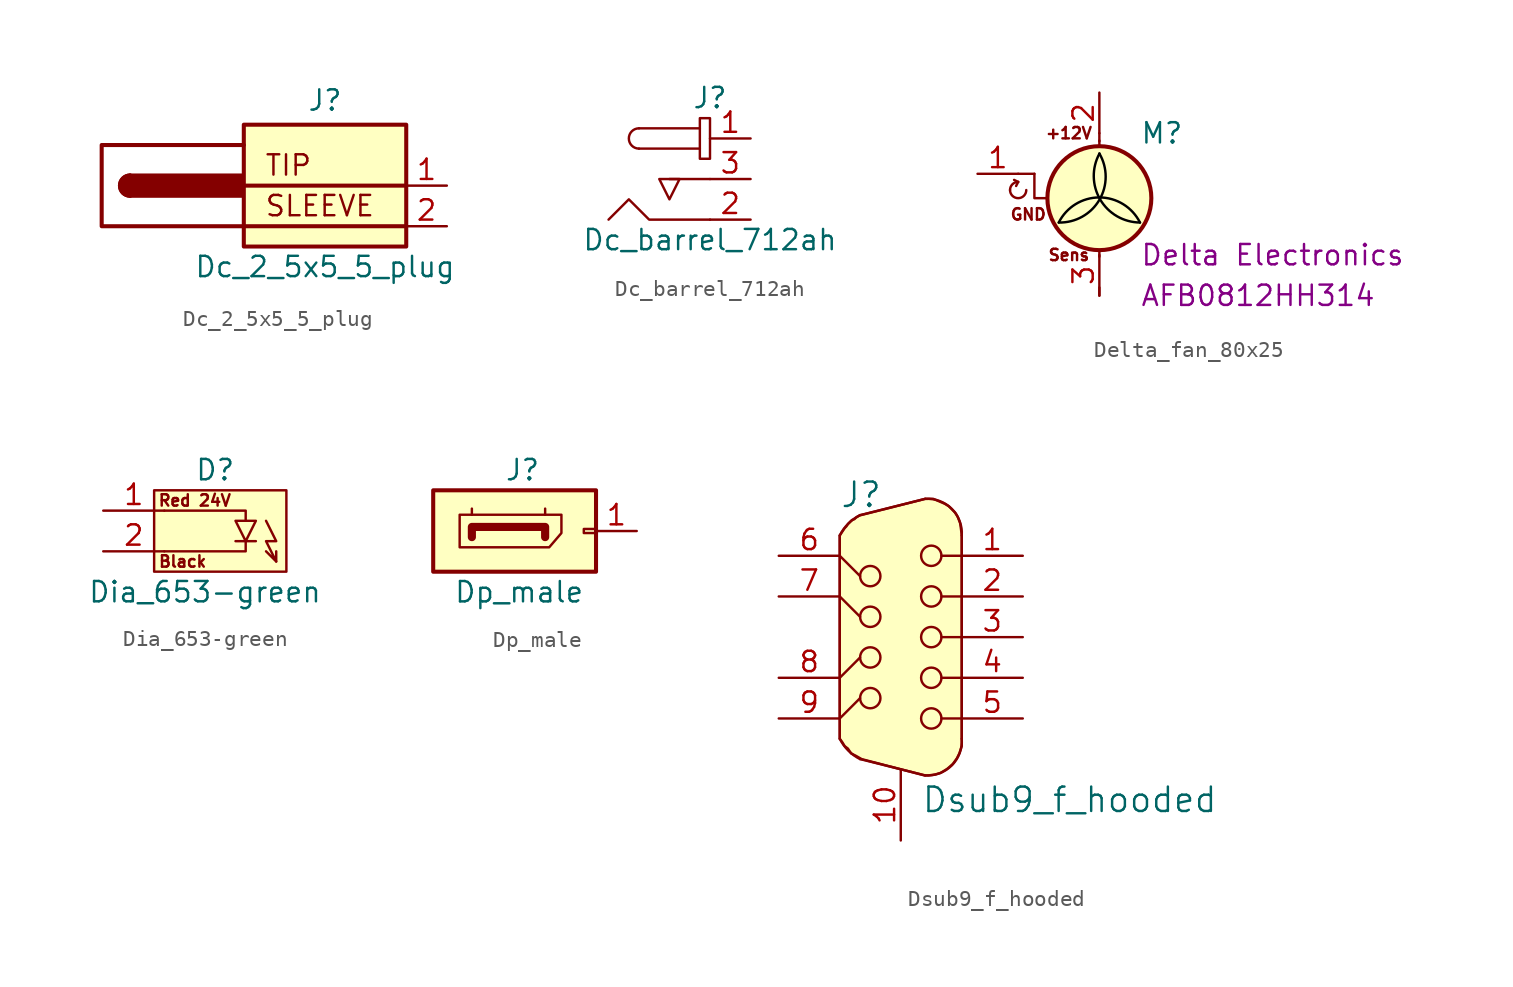
<source format=kicad_sym>
(kicad_symbol_lib
  (version 20220914)
  (generator kicad_symbol_editor)
  (symbol "Dc_2_5x5_5_plug"
    (pin_names
      (offset 1.016) hide)
    (property "Reference" "J"
      (at 0 5.334 0)
      (effects (font (size 1.27 1.27))))
    (property "Value" "Dc_2_5x5_5_plug"
      (at 0 -5.08 0)
      (effects (font (size 1.27 1.27))))
    (symbol "Dc_2_5x5_5_plug_0_0"
      (text "SLEEVE" (at -3.81 -1.27 0) (effects (font (size 1.27 1.27)) (justify left)))
      (text "TIP" (at -3.81 1.27 0) (effects (font (size 1.27 1.27)) (justify left))))
    (symbol "Dc_2_5x5_5_plug_0_1"
      (arc (start -12.192 0.635) (mid -12.8243 0) (end -12.192 -0.635) (stroke (width 0.254) (type default)) (fill (type none)))
      (arc (start -12.192 0.635) (mid -12.8243 0) (end -12.192 -0.635) (stroke (width 0.254) (type default)) (fill (type outline)))
      (rectangle (start -5.207 0.635) (end -12.192 -0.635) (stroke (width 0.254) (type default)) (fill (type outline)))
      (rectangle (start -5.08 3.81) (end 5.08 -3.81) (stroke (width 0.254) (type default)) (fill (type background)))
      (polyline (pts (xy 5.08 0) (xy -5.08 0)) (stroke (width 0.254) (type default)) (fill (type none)))
      (polyline (pts (xy 5.08 -2.54) (xy -5.08 -2.54) (xy -13.97 -2.54) (xy -13.97 2.54) (xy -5.08 2.54)) (stroke (width 0.254) (type default)) (fill (type none))))
    (symbol "Dc_2_5x5_5_plug_1_1"
      (pin passive line (at 7.62 0 180) (length 2.54) (name "Tip" (effects (font (size 1.27 1.27)))) (number "1" (effects (font (size 1.27 1.27)))))
      (pin passive line (at 7.62 -2.54 180) (length 2.54) (name "Sleeve" (effects (font (size 1.27 1.27)))) (number "2" (effects (font (size 1.27 1.27)))))))
  (symbol "Dc_barrel_712ah"
    (pin_names
      (offset 1.016) hide)
    (property "Reference" "J"
      (at 0 2.54 0)
      (effects (font (size 1.27 1.27))))
    (property "Value" "Dc_barrel_712ah"
      (at 0 -6.35 0)
      (effects (font (size 1.27 1.27))))
    (symbol "Dc_barrel_712ah_0_1"
      (arc (start -4.445 0.635) (mid -5.0773 0) (end -4.445 -0.635) (stroke (width 0) (type default)) (fill (type none)))
      (rectangle (start -0.635 1.27) (end 0 -1.27) (stroke (width 0) (type default)) (fill (type none)))
      (polyline (pts (xy -0.635 -0.635) (xy -4.445 -0.635)) (stroke (width 0) (type default)) (fill (type none)))
      (polyline (pts (xy -0.635 0.635) (xy -4.445 0.635)) (stroke (width 0) (type default)) (fill (type none)))
      (polyline (pts (xy 0 -2.54) (xy -1.27 -2.54) (xy -2.54 -2.54)) (stroke (width 0) (type default)) (fill (type none)))
      (polyline (pts (xy 0 -5.08) (xy -3.81 -5.08) (xy -5.08 -3.81) (xy -6.35 -5.08)) (stroke (width 0) (type default)) (fill (type none)))
      (polyline (pts (xy -2.54 -2.54) (xy -3.175 -2.54) (xy -2.54 -3.81) (xy -1.905 -2.54) (xy -2.54 -2.54)) (stroke (width 0) (type default)) (fill (type none))))
    (symbol "Dc_barrel_712ah_1_1"
      (pin passive line (at 2.54 0 180) (length 2.54) (name "Center" (effects (font (size 1.27 1.27)))) (number "1" (effects (font (size 1.27 1.27)))))
      (pin passive line (at 2.54 -5.08 180) (length 2.54) (name "Sleeve" (effects (font (size 1.27 1.27)))) (number "2" (effects (font (size 1.27 1.27)))))
      (pin passive line (at 2.54 -2.54 180) (length 2.54) (name "Shunt" (effects (font (size 1.27 1.27)))) (number "3" (effects (font (size 1.27 1.27)))))))
  (symbol "Delta_fan_80x25"
    (pin_names
      (offset 0) hide)
    (property "Reference" "M"
      (at 2.54 2.54 0)
      (effects (font (size 1.27 1.27)) (justify left)))
    (property "Vendor" "Delta Electronics"
      (at 2.54 -5.08 0)
      (effects (font (size 1.27 1.27)) (justify left)))
    (property "Vendor_pn" "AFB0812HH314"
      (at 2.54 -7.62 0)
      (effects (font (size 1.27 1.27)) (justify left)))
    (symbol "Delta_fan_80x25_0_0"
      (arc (start -5.588 -1.016) (mid -5.08 -1.5218) (end -4.572 -1.016) (stroke (width 0) (type default)) (fill (type none)))
      (arc (start -5.08 -0.508) (mid -5.4392 -0.6568) (end -5.588 -1.016) (stroke (width 0) (type default)) (fill (type none)))
      (polyline (pts (xy -5.08 -0.508) (xy -5.334 -0.381)) (stroke (width 0) (type default)) (fill (type none)))
      (polyline (pts (xy -5.08 -0.508) (xy -5.207 -0.762)) (stroke (width 0) (type default)) (fill (type none)))
      (polyline (pts (xy -4.064 0) (xy -4.064 -1.524) (xy -3.302 -1.524)) (stroke (width 0) (type default)) (fill (type none)))
      (text "GND" (at -4.445 -2.54 0) (effects (font (size 0.711 0.711)))))
    (symbol "Delta_fan_80x25_0_1"
      (arc (start -2.54 -3.048) (mid -0.0014 -1.6352) (end 0 1.27) (stroke (width 0) (type default) (color 0 0 0 1)) (fill (type none)))
      (circle (center 0 -1.524) (radius 3.251) (stroke (width 0.254) (type default)) (fill (type background)))
      (polyline (pts (xy -4.064 0) (xy -5.08 0)) (stroke (width 0) (type default)) (fill (type none)))
      (polyline (pts (xy 0 -7.62) (xy 0 -7.112)) (stroke (width 0) (type default)) (fill (type none)))
      (polyline (pts (xy 0 -4.775) (xy 0 -5.182)) (stroke (width 0) (type default)) (fill (type none)))
      (polyline (pts (xy 0 1.727) (xy 0 2.083)) (stroke (width 0) (type default)) (fill (type none)))
      (polyline (pts (xy 0 2.032) (xy 0 2.54)) (stroke (width 0) (type default)) (fill (type none)))
      (arc (start 0 1.27) (mid 0.0468 -1.6085) (end 2.54 -3.048) (stroke (width 0) (type default) (color 0 0 0 1)) (fill (type none)))
      (arc (start 2.54 -3.048) (mid 0 -1.4782) (end -2.54 -3.048) (stroke (width 0) (type default) (color 0 0 0 1)) (fill (type none))))
    (symbol "Delta_fan_80x25_1_1"
      (text "+12V" (at -1.905 2.54 0) (effects (font (size 0.711 0.711))))
      (text "Sens" (at -1.905 -5.08 0) (effects (font (size 0.711 0.711))))
      (pin passive line (at -7.62 0 0) (length 2.54) (name "Gnd" (effects (font (size 1.27 1.27)))) (number "1" (effects (font (size 1.27 1.27)))))
      (pin passive line (at 0 5.08 270) (length 2.54) (name "Pos" (effects (font (size 1.27 1.27)))) (number "2" (effects (font (size 1.27 1.27)))))
      (pin passive line (at 0 -7.62 90) (length 2.54) (name "Sensor" (effects (font (size 1.27 1.27)))) (number "3" (effects (font (size 1.27 1.27)))))))
  (symbol "Dia_653-green"
    (pin_names
      (offset 1.016) hide)
    (property "Reference" "D"
      (at 1.905 3.81 0)
      (effects (font (size 1.27 1.27))))
    (property "Value" "Dia_653-green"
      (at 1.27 -3.81 0)
      (effects (font (size 1.27 1.27))))
    (symbol "Dia_653-green_0_0"
      (text "Black" (at -0.127 -1.905 0) (effects (font (size 0.711 0.711))))
      (text "Red 24V" (at 0.635 1.905 0) (effects (font (size 0.711 0.711)))))
    (symbol "Dia_653-green_0_1"
      (rectangle (start -1.905 2.54) (end 6.35 -2.54) (stroke (width 0) (type default)) (fill (type background)))
      (polyline (pts (xy 3.175 -0.635) (xy 4.445 -0.635)) (stroke (width 0) (type default)) (fill (type none)))
      (polyline (pts (xy 5.715 -1.905) (xy 5.715 -1.27)) (stroke (width 0) (type default)) (fill (type none)))
      (polyline (pts (xy -1.27 1.27) (xy 3.81 1.27) (xy 3.81 0.635)) (stroke (width 0) (type default)) (fill (type none)))
      (polyline (pts (xy 3.81 -0.635) (xy 3.81 -1.27) (xy -1.27 -1.27)) (stroke (width 0) (type default)) (fill (type none)))
      (polyline (pts (xy 3.175 0.635) (xy 4.445 0.635) (xy 3.81 -0.635) (xy 3.175 0.635)) (stroke (width 0) (type default)) (fill (type none)))
      (polyline (pts (xy 5.08 0.635) (xy 5.715 -0.635) (xy 5.08 -0.635) (xy 5.715 -1.905) (xy 5.08 -1.27)) (stroke (width 0) (type default)) (fill (type none))))
    (symbol "Dia_653-green_1_1"
      (pin passive line (at -5.08 1.27 0) (length 3.81) (name "24V" (effects (font (size 1.27 1.27)))) (number "1" (effects (font (size 1.27 1.27)))))
      (pin passive line (at -5.08 -1.27 0) (length 3.81) (name "GND" (effects (font (size 1.27 1.27)))) (number "2" (effects (font (size 1.27 1.27)))))))
  (symbol "Dp_male"
    (pin_names
      (offset 1.016) hide)
    (property "Reference" "J"
      (at -5.715 3.81 0)
      (effects (font (size 1.27 1.27)) (justify left)))
    (property "Value" "Dp_male"
      (at -8.89 -3.81 0)
      (effects (font (size 1.27 1.27)) (justify left)))
    (symbol "Dp_male_0_0"
      (polyline (pts (xy -7.747 1.397) (xy -7.747 1.016)) (stroke (width 0) (type default)) (fill (type none)))
      (polyline (pts (xy -3.175 1.397) (xy -3.175 1.016)) (stroke (width 0) (type default)) (fill (type none)))
      (polyline (pts (xy -7.747 -0.381) (xy -7.747 0.254) (xy -3.175 0.254) (xy -3.175 -0.381)) (stroke (width 0.508) (type default)) (fill (type none)))
      (polyline (pts (xy -8.509 -1.016) (xy -8.509 1.016) (xy -2.159 1.016) (xy -2.159 -0.127) (xy -2.921 -1.016) (xy -8.509 -1.016)) (stroke (width 0) (type default)) (fill (type none))))
    (symbol "Dp_male_0_1"
      (rectangle (start -10.16 -2.54) (end 0 2.54) (stroke (width 0.254) (type default)) (fill (type background)))
      (rectangle (start 0 -0.127) (end -0.762 0.127) (stroke (width 0) (type default)) (fill (type none))))
    (symbol "Dp_male_1_1"
      (pin passive line (at 2.54 0 180) (length 2.54) (name "Pin_1" (effects (font (size 1.27 1.27)))) (number "1" (effects (font (size 1.27 1.27)))))))
  (symbol "Dsub9_f_hooded"
    (pin_names
      (offset 1.016) hide)
    (property "Reference" "J"
      (at -3.81 8.89 0)
      (effects (font (size 1.524 1.524)) (justify left)))
    (property "Value" "Dsub9_f_hooded"
      (at 1.27 -10.16 0)
      (effects (font (size 1.524 1.524)) (justify left)))
    (symbol "Dsub9_f_hooded_0_1"
      (circle (center -1.905 -3.81) (radius 0.635) (stroke (width 0) (type default)) (fill (type none)))
      (circle (center -1.905 -1.27) (radius 0.635) (stroke (width 0) (type default)) (fill (type none)))
      (circle (center -1.905 1.27) (radius 0.635) (stroke (width 0) (type default)) (fill (type none)))
      (circle (center -1.905 3.81) (radius 0.635) (stroke (width 0) (type default)) (fill (type none)))
      (polyline (pts (xy -3.81 -5.08) (xy -2.54 -3.81)) (stroke (width 0) (type default)) (fill (type none)))
      (polyline (pts (xy -3.81 -2.54) (xy -2.54 -1.27)) (stroke (width 0) (type default)) (fill (type none)))
      (polyline (pts (xy -3.81 2.54) (xy -2.54 1.27)) (stroke (width 0) (type default)) (fill (type none)))
      (polyline (pts (xy -3.81 5.08) (xy -2.54 3.81)) (stroke (width 0) (type default)) (fill (type none)))
      (polyline (pts (xy 3.81 -5.08) (xy 2.54 -5.08)) (stroke (width 0) (type default)) (fill (type none)))
      (polyline (pts (xy 3.81 -2.54) (xy 2.54 -2.54)) (stroke (width 0) (type default)) (fill (type none)))
      (polyline (pts (xy 3.81 0) (xy 2.54 0)) (stroke (width 0) (type default)) (fill (type none)))
      (polyline (pts (xy 3.81 2.54) (xy 2.54 2.54)) (stroke (width 0) (type default)) (fill (type none)))
      (polyline (pts (xy 3.81 5.08) (xy 2.54 5.08)) (stroke (width 0) (type default)) (fill (type none)))
      (circle (center 1.905 -5.08) (radius 0.635) (stroke (width 0) (type default)) (fill (type none)))
      (circle (center 1.905 -2.54) (radius 0.635) (stroke (width 0) (type default)) (fill (type none)))
      (circle (center 1.905 0) (radius 0.635) (stroke (width 0) (type default)) (fill (type none)))
      (circle (center 1.905 2.54) (radius 0.635) (stroke (width 0) (type default)) (fill (type none)))
      (circle (center 1.905 5.08) (radius 0.635) (stroke (width 0) (type default)) (fill (type none))))
    (symbol "Dsub9_f_hooded_1_1"
      (arc (start -3.81 -6.35) (mid -3.278 -7.088) (end -2.54 -7.62) (stroke (width 0) (type default)) (fill (type none)))
      (arc (start -2.54 7.62) (mid -3.278 7.088) (end -3.81 6.35) (stroke (width 0) (type default)) (fill (type none)))
      (polyline (pts (xy -3.81 6.35) (xy -3.81 -6.35)) (stroke (width 0) (type default)) (fill (type background)))
      (polyline (pts (xy -2.54 7.62) (xy 1.524 8.636)) (stroke (width 0) (type default)) (fill (type background)))
      (polyline (pts (xy 1.524 -8.636) (xy -2.54 -7.62)) (stroke (width 0) (type default)) (fill (type background)))
      (polyline (pts (xy 3.81 6.35) (xy 3.81 -6.35)) (stroke (width 0) (type default)) (fill (type background)))
      (polyline (pts (xy -2.54 7.62) (xy -2.794 7.468) (xy -2.896 7.366) (xy -3.048 7.315) (xy -3.2 7.163) (xy -3.302 7.061) (xy -3.404 6.909) (xy -3.505 6.807) (xy -3.607 6.655) (xy -3.708 6.502) (xy -3.81 6.35) (xy -3.81 -6.35) (xy -3.658 -6.553) (xy -3.505 -6.807) (xy -3.302 -6.96) (xy -3.099 -7.264) (xy -2.794 -7.417) (xy -2.438 -7.62) (xy 1.473 -8.636) (xy 1.727 -8.636) (xy 2.134 -8.585) (xy 2.489 -8.484) (xy 2.896 -8.23) (xy 3.251 -7.925) (xy 3.505 -7.569) (xy 3.658 -7.264) (xy 3.81 -6.807) (xy 3.81 -6.35) (xy 3.81 6.35) (xy 3.759 6.756) (xy 3.708 7.112) (xy 3.556 7.518) (xy 3.404 7.772) (xy 3.2 7.976) (xy 2.997 8.179) (xy 2.743 8.331) (xy 2.388 8.484) (xy 2.032 8.636) (xy 1.778 8.636) (xy 1.524 8.636) (xy -2.489 7.62)) (stroke (width 0) (type default)) (fill (type background)))
      (arc (start 1.524 -8.636) (mid 3.1855 -8.0115) (end 3.81 -6.35) (stroke (width 0) (type default)) (fill (type none)))
      (arc (start 3.81 6.35) (mid 3.1855 8.0115) (end 1.524 8.636) (stroke (width 0) (type default)) (fill (type none)))
      (pin passive line (at 7.62 5.08 180) (length 3.81) (name "Pin_1" (effects (font (size 1.27 1.27)))) (number "1" (effects (font (size 1.27 1.27)))))
      (pin passive line (at 0 -12.7 90) (length 4.445) (name "Pin_10" (effects (font (size 1.27 1.27)))) (number "10" (effects (font (size 1.27 1.27)))))
      (pin passive line (at 7.62 2.54 180) (length 3.81) (name "Pin_2" (effects (font (size 1.27 1.27)))) (number "2" (effects (font (size 1.27 1.27)))))
      (pin passive line (at 7.62 0 180) (length 3.81) (name "Pin_3" (effects (font (size 1.27 1.27)))) (number "3" (effects (font (size 1.27 1.27)))))
      (pin passive line (at 7.62 -2.54 180) (length 3.81) (name "Pin_4" (effects (font (size 1.27 1.27)))) (number "4" (effects (font (size 1.27 1.27)))))
      (pin passive line (at 7.62 -5.08 180) (length 3.81) (name "Pin_5" (effects (font (size 1.27 1.27)))) (number "5" (effects (font (size 1.27 1.27)))))
      (pin passive line (at -7.62 5.08 0) (length 3.81) (name "Pin_6" (effects (font (size 1.27 1.27)))) (number "6" (effects (font (size 1.27 1.27)))))
      (pin passive line (at -7.62 2.54 0) (length 3.81) (name "Pin_7" (effects (font (size 1.27 1.27)))) (number "7" (effects (font (size 1.27 1.27)))))
      (pin passive line (at -7.62 -2.54 0) (length 3.81) (name "Pin_8" (effects (font (size 1.27 1.27)))) (number "8" (effects (font (size 1.27 1.27)))))
      (pin passive line (at -7.62 -5.08 0) (length 3.81) (name "Pin_9" (effects (font (size 1.27 1.27)))) (number "9" (effects (font (size 1.27 1.27))))))))
</source>
